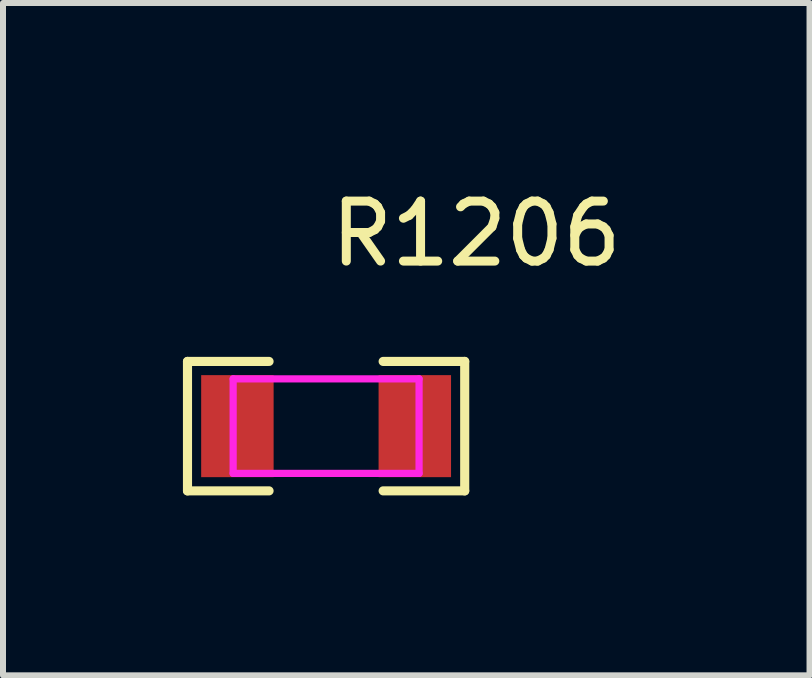
<source format=kicad_pcb>
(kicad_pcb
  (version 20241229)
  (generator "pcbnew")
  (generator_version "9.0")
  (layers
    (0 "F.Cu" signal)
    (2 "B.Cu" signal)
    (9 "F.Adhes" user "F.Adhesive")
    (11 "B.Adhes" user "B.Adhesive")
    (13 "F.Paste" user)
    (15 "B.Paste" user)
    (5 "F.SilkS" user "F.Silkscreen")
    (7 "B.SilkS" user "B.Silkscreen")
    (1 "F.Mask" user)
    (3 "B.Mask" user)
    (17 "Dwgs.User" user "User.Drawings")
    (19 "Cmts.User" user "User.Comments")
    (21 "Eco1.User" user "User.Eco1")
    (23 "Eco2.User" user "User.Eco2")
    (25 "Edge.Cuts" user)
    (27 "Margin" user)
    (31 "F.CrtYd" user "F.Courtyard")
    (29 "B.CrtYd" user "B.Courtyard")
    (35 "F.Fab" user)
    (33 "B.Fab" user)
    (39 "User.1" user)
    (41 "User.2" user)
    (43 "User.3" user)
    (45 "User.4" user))
  (footprint "R1206"
    (layer "F.Cu")
    (at 2.387 4.055)
    (property "Reference" "R1206" (at 0 -3.207 0) (layer "F.SilkS") (effects (font (size 1 1) (thickness 0.15)) (justify left)))
    (attr through_hole)
    (fp_line (start -2.311 -1.079) (end -0.951 -1.079) (stroke (width 0.152) (type solid)) (layer "F.SilkS"))
    (fp_line (start -2.311 1.079) (end -2.311 -1.079) (stroke (width 0.152) (type solid)) (layer "F.SilkS"))
    (fp_line (start -0.951 1.079) (end -2.311 1.079) (stroke (width 0.152) (type solid)) (layer "F.SilkS"))
    (fp_line (start 0.951 1.079) (end 2.311 1.079) (stroke (width 0.152) (type solid)) (layer "F.SilkS"))
    (fp_line (start 2.311 -1.079) (end 0.951 -1.079) (stroke (width 0.152) (type solid)) (layer "F.SilkS"))
    (fp_line (start 2.311 1.079) (end 2.311 -1.079) (stroke (width 0.152) (type solid)) (layer "F.SilkS"))
    (fp_poly (pts (xy -0.875 0.75) (xy -0.875 0.389) (xy -0.975 0.289) (xy -1.186 0.289) (xy -1.286 0.189) (xy -1.286 -0.189) (xy -1.186 -0.289) (xy -0.975 -0.289) (xy -0.875 -0.389) (xy -0.875 -0.75) (xy -0.975 -0.85) (xy -1.983 -0.85) (xy -2.083 -0.75) (xy -2.083 0.75) (xy -1.983 0.85) (xy -0.975 0.85)) (stroke (width 0.12) (type solid)) (fill yes) (layer "F.Paste"))
    (fp_poly (pts (xy 0.875 0.75) (xy 0.875 0.389) (xy 0.975 0.289) (xy 1.186 0.289) (xy 1.286 0.189) (xy 1.286 -0.189) (xy 1.186 -0.289) (xy 0.975 -0.289) (xy 0.875 -0.389) (xy 0.875 -0.75) (xy 0.975 -0.85) (xy 1.983 -0.85) (xy 2.083 -0.75) (xy 2.083 0.75) (xy 1.983 0.85) (xy 0.975 0.85)) (stroke (width 0.12) (type solid)) (fill yes) (layer "F.Paste"))
    (fp_circle (center -1.55 0.787) (end -1.52 0.787) (stroke (width 0.06) (type solid)) (fill no) (layer "Eco2.User"))
    (fp_poly (pts (xy -1.55 0.788) (xy -1.55 -0.788) (xy -1.1 -0.788) (xy -1.1 0.788)) (stroke (width 0.12) (type solid)) (fill no) (layer "Eco2.User"))
    (fp_poly (pts (xy 1.55 0.788) (xy 1.55 -0.788) (xy 1.1 -0.788) (xy 1.1 0.788)) (stroke (width 0.12) (type solid)) (fill no) (layer "Eco2.User"))
    (fp_line (start -1.55 -0.788) (end 1.55 -0.788) (stroke (width 0.12) (type solid)) (layer "F.CrtYd"))
    (fp_line (start -1.55 0.788) (end -1.55 -0.788) (stroke (width 0.12) (type solid)) (layer "F.CrtYd"))
    (fp_line (start 1.55 -0.788) (end 1.55 0.788) (stroke (width 0.12) (type solid)) (layer "F.CrtYd"))
    (fp_line (start 1.55 0.788) (end -1.55 0.788) (stroke (width 0.12) (type solid)) (layer "F.CrtYd"))
    (pad "1" smd rect (at -1.479 0) (size 1.208 1.701) (layers "F.Cu" "F.Mask" "F.Paste"))
    (pad "2" smd rect (at 1.479 0) (size 1.208 1.701) (layers "F.Cu" "F.Mask" "F.Paste")))
  (gr_rect
    (start -3 -3)
    (end 10.447 8.21)
    (stroke (width 0.1) (type default))
    (fill no)
    (layer "Edge.Cuts")))
</source>
